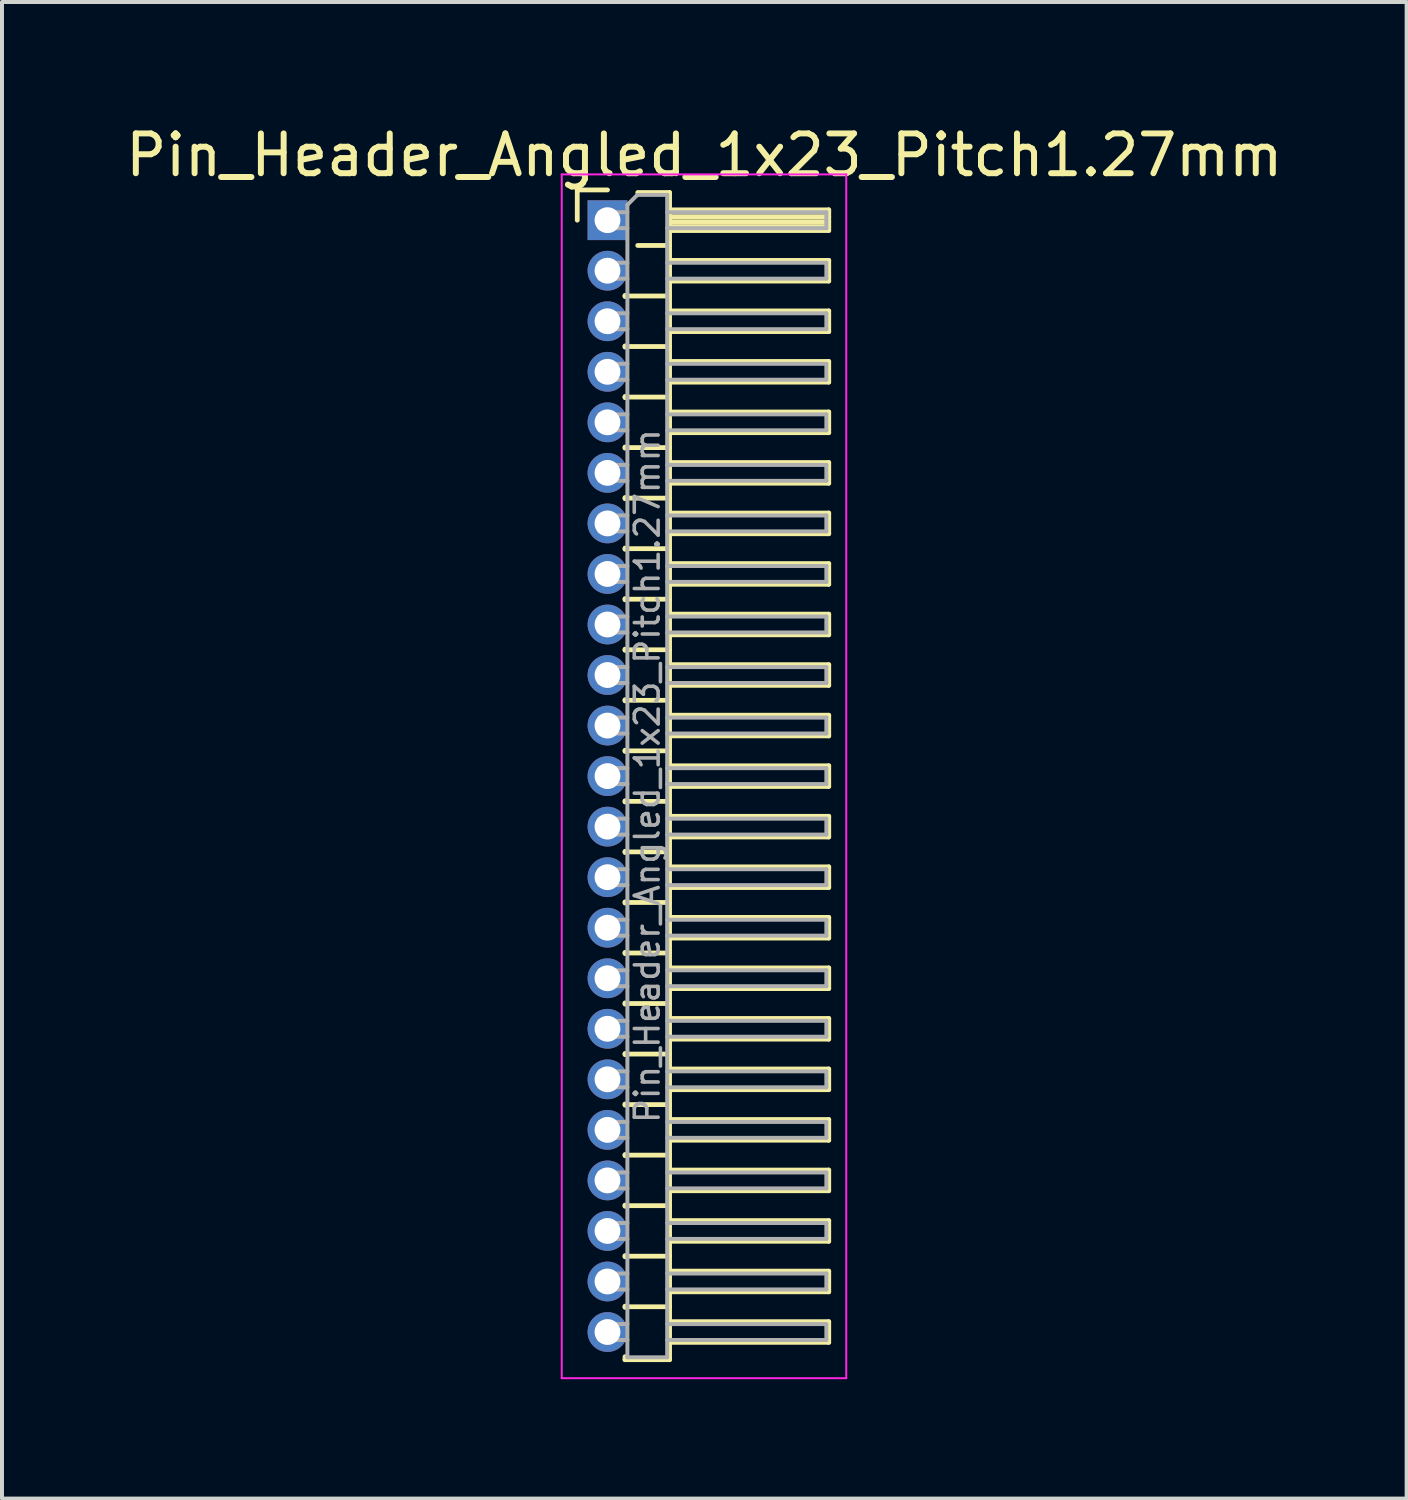
<source format=kicad_pcb>
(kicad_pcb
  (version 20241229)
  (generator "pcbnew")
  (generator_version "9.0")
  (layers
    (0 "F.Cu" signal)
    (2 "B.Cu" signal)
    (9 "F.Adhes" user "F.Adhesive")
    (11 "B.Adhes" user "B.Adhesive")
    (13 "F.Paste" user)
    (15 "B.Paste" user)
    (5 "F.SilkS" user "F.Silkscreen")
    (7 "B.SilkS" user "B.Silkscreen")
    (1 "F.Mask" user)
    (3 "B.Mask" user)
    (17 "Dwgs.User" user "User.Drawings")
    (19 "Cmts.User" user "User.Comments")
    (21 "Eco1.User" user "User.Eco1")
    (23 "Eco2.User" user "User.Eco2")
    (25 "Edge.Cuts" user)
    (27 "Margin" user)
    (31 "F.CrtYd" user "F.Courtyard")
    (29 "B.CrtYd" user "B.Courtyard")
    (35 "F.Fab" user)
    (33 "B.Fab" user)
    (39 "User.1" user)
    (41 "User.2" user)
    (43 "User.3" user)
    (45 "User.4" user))
  (footprint "Pin_Header_Angled_1x23_Pitch1.27mm"
    (layer "F.Cu")
    (at 12.216 2.483)
    (property "Reference" "Pin_Header_Angled_1x23_Pitch1.27mm" (at 2.433 -1.635 0) (layer "F.SilkS") (effects (font (size 1 1) (thickness 0.15))))
    (attr through_hole)
    (fp_line (start -0.76 -0.76) (end 0 -0.76) (stroke (width 0.12) (type solid)) (layer "F.SilkS"))
    (fp_line (start -0.76 0) (end -0.76 -0.76) (stroke (width 0.12) (type solid)) (layer "F.SilkS"))
    (fp_line (start 0.44 1.89) (end 0.44 1.92) (stroke (width 0.12) (type solid)) (layer "F.SilkS"))
    (fp_line (start 0.44 1.905) (end 1.56 1.905) (stroke (width 0.12) (type solid)) (layer "F.SilkS"))
    (fp_line (start 0.44 3.16) (end 0.44 3.19) (stroke (width 0.12) (type solid)) (layer "F.SilkS"))
    (fp_line (start 0.44 3.175) (end 1.56 3.175) (stroke (width 0.12) (type solid)) (layer "F.SilkS"))
    (fp_line (start 0.44 4.43) (end 0.44 4.46) (stroke (width 0.12) (type solid)) (layer "F.SilkS"))
    (fp_line (start 0.44 4.445) (end 1.56 4.445) (stroke (width 0.12) (type solid)) (layer "F.SilkS"))
    (fp_line (start 0.44 5.7) (end 0.44 5.73) (stroke (width 0.12) (type solid)) (layer "F.SilkS"))
    (fp_line (start 0.44 5.715) (end 1.56 5.715) (stroke (width 0.12) (type solid)) (layer "F.SilkS"))
    (fp_line (start 0.44 6.97) (end 0.44 7) (stroke (width 0.12) (type solid)) (layer "F.SilkS"))
    (fp_line (start 0.44 6.985) (end 1.56 6.985) (stroke (width 0.12) (type solid)) (layer "F.SilkS"))
    (fp_line (start 0.44 8.24) (end 0.44 8.27) (stroke (width 0.12) (type solid)) (layer "F.SilkS"))
    (fp_line (start 0.44 8.255) (end 1.56 8.255) (stroke (width 0.12) (type solid)) (layer "F.SilkS"))
    (fp_line (start 0.44 9.51) (end 0.44 9.54) (stroke (width 0.12) (type solid)) (layer "F.SilkS"))
    (fp_line (start 0.44 9.525) (end 1.56 9.525) (stroke (width 0.12) (type solid)) (layer "F.SilkS"))
    (fp_line (start 0.44 10.78) (end 0.44 10.81) (stroke (width 0.12) (type solid)) (layer "F.SilkS"))
    (fp_line (start 0.44 10.795) (end 1.56 10.795) (stroke (width 0.12) (type solid)) (layer "F.SilkS"))
    (fp_line (start 0.44 12.05) (end 0.44 12.08) (stroke (width 0.12) (type solid)) (layer "F.SilkS"))
    (fp_line (start 0.44 12.065) (end 1.56 12.065) (stroke (width 0.12) (type solid)) (layer "F.SilkS"))
    (fp_line (start 0.44 13.32) (end 0.44 13.35) (stroke (width 0.12) (type solid)) (layer "F.SilkS"))
    (fp_line (start 0.44 13.335) (end 1.56 13.335) (stroke (width 0.12) (type solid)) (layer "F.SilkS"))
    (fp_line (start 0.44 14.59) (end 0.44 14.62) (stroke (width 0.12) (type solid)) (layer "F.SilkS"))
    (fp_line (start 0.44 14.605) (end 1.56 14.605) (stroke (width 0.12) (type solid)) (layer "F.SilkS"))
    (fp_line (start 0.44 15.86) (end 0.44 15.89) (stroke (width 0.12) (type solid)) (layer "F.SilkS"))
    (fp_line (start 0.44 15.875) (end 1.56 15.875) (stroke (width 0.12) (type solid)) (layer "F.SilkS"))
    (fp_line (start 0.44 17.13) (end 0.44 17.16) (stroke (width 0.12) (type solid)) (layer "F.SilkS"))
    (fp_line (start 0.44 17.145) (end 1.56 17.145) (stroke (width 0.12) (type solid)) (layer "F.SilkS"))
    (fp_line (start 0.44 18.4) (end 0.44 18.43) (stroke (width 0.12) (type solid)) (layer "F.SilkS"))
    (fp_line (start 0.44 18.415) (end 1.56 18.415) (stroke (width 0.12) (type solid)) (layer "F.SilkS"))
    (fp_line (start 0.44 19.67) (end 0.44 19.7) (stroke (width 0.12) (type solid)) (layer "F.SilkS"))
    (fp_line (start 0.44 19.685) (end 1.56 19.685) (stroke (width 0.12) (type solid)) (layer "F.SilkS"))
    (fp_line (start 0.44 20.94) (end 0.44 20.97) (stroke (width 0.12) (type solid)) (layer "F.SilkS"))
    (fp_line (start 0.44 20.955) (end 1.56 20.955) (stroke (width 0.12) (type solid)) (layer "F.SilkS"))
    (fp_line (start 0.44 22.21) (end 0.44 22.24) (stroke (width 0.12) (type solid)) (layer "F.SilkS"))
    (fp_line (start 0.44 22.225) (end 1.56 22.225) (stroke (width 0.12) (type solid)) (layer "F.SilkS"))
    (fp_line (start 0.44 23.48) (end 0.44 23.51) (stroke (width 0.12) (type solid)) (layer "F.SilkS"))
    (fp_line (start 0.44 23.495) (end 1.56 23.495) (stroke (width 0.12) (type solid)) (layer "F.SilkS"))
    (fp_line (start 0.44 24.75) (end 0.44 24.78) (stroke (width 0.12) (type solid)) (layer "F.SilkS"))
    (fp_line (start 0.44 24.765) (end 1.56 24.765) (stroke (width 0.12) (type solid)) (layer "F.SilkS"))
    (fp_line (start 0.44 26.02) (end 0.44 26.05) (stroke (width 0.12) (type solid)) (layer "F.SilkS"))
    (fp_line (start 0.44 26.035) (end 1.56 26.035) (stroke (width 0.12) (type solid)) (layer "F.SilkS"))
    (fp_line (start 0.44 27.29) (end 0.44 27.32) (stroke (width 0.12) (type solid)) (layer "F.SilkS"))
    (fp_line (start 0.44 27.305) (end 1.56 27.305) (stroke (width 0.12) (type solid)) (layer "F.SilkS"))
    (fp_line (start 0.44 28.635) (end 0.44 28.56) (stroke (width 0.12) (type solid)) (layer "F.SilkS"))
    (fp_line (start 0.76 -0.695) (end 1.56 -0.695) (stroke (width 0.12) (type solid)) (layer "F.SilkS"))
    (fp_line (start 0.76 0.635) (end 1.56 0.635) (stroke (width 0.12) (type solid)) (layer "F.SilkS"))
    (fp_line (start 1.56 -0.695) (end 1.56 28.635) (stroke (width 0.12) (type solid)) (layer "F.SilkS"))
    (fp_line (start 1.56 -0.26) (end 5.56 -0.26) (stroke (width 0.12) (type solid)) (layer "F.SilkS"))
    (fp_line (start 1.56 -0.2) (end 5.56 -0.2) (stroke (width 0.12) (type solid)) (layer "F.SilkS"))
    (fp_line (start 1.56 -0.08) (end 5.56 -0.08) (stroke (width 0.12) (type solid)) (layer "F.SilkS"))
    (fp_line (start 1.56 0.04) (end 5.56 0.04) (stroke (width 0.12) (type solid)) (layer "F.SilkS"))
    (fp_line (start 1.56 0.16) (end 5.56 0.16) (stroke (width 0.12) (type solid)) (layer "F.SilkS"))
    (fp_line (start 1.56 1.01) (end 5.56 1.01) (stroke (width 0.12) (type solid)) (layer "F.SilkS"))
    (fp_line (start 1.56 2.28) (end 5.56 2.28) (stroke (width 0.12) (type solid)) (layer "F.SilkS"))
    (fp_line (start 1.56 3.55) (end 5.56 3.55) (stroke (width 0.12) (type solid)) (layer "F.SilkS"))
    (fp_line (start 1.56 4.82) (end 5.56 4.82) (stroke (width 0.12) (type solid)) (layer "F.SilkS"))
    (fp_line (start 1.56 6.09) (end 5.56 6.09) (stroke (width 0.12) (type solid)) (layer "F.SilkS"))
    (fp_line (start 1.56 7.36) (end 5.56 7.36) (stroke (width 0.12) (type solid)) (layer "F.SilkS"))
    (fp_line (start 1.56 8.63) (end 5.56 8.63) (stroke (width 0.12) (type solid)) (layer "F.SilkS"))
    (fp_line (start 1.56 9.9) (end 5.56 9.9) (stroke (width 0.12) (type solid)) (layer "F.SilkS"))
    (fp_line (start 1.56 11.17) (end 5.56 11.17) (stroke (width 0.12) (type solid)) (layer "F.SilkS"))
    (fp_line (start 1.56 12.44) (end 5.56 12.44) (stroke (width 0.12) (type solid)) (layer "F.SilkS"))
    (fp_line (start 1.56 13.71) (end 5.56 13.71) (stroke (width 0.12) (type solid)) (layer "F.SilkS"))
    (fp_line (start 1.56 14.98) (end 5.56 14.98) (stroke (width 0.12) (type solid)) (layer "F.SilkS"))
    (fp_line (start 1.56 16.25) (end 5.56 16.25) (stroke (width 0.12) (type solid)) (layer "F.SilkS"))
    (fp_line (start 1.56 17.52) (end 5.56 17.52) (stroke (width 0.12) (type solid)) (layer "F.SilkS"))
    (fp_line (start 1.56 18.79) (end 5.56 18.79) (stroke (width 0.12) (type solid)) (layer "F.SilkS"))
    (fp_line (start 1.56 20.06) (end 5.56 20.06) (stroke (width 0.12) (type solid)) (layer "F.SilkS"))
    (fp_line (start 1.56 21.33) (end 5.56 21.33) (stroke (width 0.12) (type solid)) (layer "F.SilkS"))
    (fp_line (start 1.56 22.6) (end 5.56 22.6) (stroke (width 0.12) (type solid)) (layer "F.SilkS"))
    (fp_line (start 1.56 23.87) (end 5.56 23.87) (stroke (width 0.12) (type solid)) (layer "F.SilkS"))
    (fp_line (start 1.56 25.14) (end 5.56 25.14) (stroke (width 0.12) (type solid)) (layer "F.SilkS"))
    (fp_line (start 1.56 26.41) (end 5.56 26.41) (stroke (width 0.12) (type solid)) (layer "F.SilkS"))
    (fp_line (start 1.56 27.68) (end 5.56 27.68) (stroke (width 0.12) (type solid)) (layer "F.SilkS"))
    (fp_line (start 1.56 28.635) (end 0.44 28.635) (stroke (width 0.12) (type solid)) (layer "F.SilkS"))
    (fp_line (start 5.56 -0.26) (end 5.56 0.26) (stroke (width 0.12) (type solid)) (layer "F.SilkS"))
    (fp_line (start 5.56 0.26) (end 1.56 0.26) (stroke (width 0.12) (type solid)) (layer "F.SilkS"))
    (fp_line (start 5.56 1.01) (end 5.56 1.53) (stroke (width 0.12) (type solid)) (layer "F.SilkS"))
    (fp_line (start 5.56 1.53) (end 1.56 1.53) (stroke (width 0.12) (type solid)) (layer "F.SilkS"))
    (fp_line (start 5.56 2.28) (end 5.56 2.8) (stroke (width 0.12) (type solid)) (layer "F.SilkS"))
    (fp_line (start 5.56 2.8) (end 1.56 2.8) (stroke (width 0.12) (type solid)) (layer "F.SilkS"))
    (fp_line (start 5.56 3.55) (end 5.56 4.07) (stroke (width 0.12) (type solid)) (layer "F.SilkS"))
    (fp_line (start 5.56 4.07) (end 1.56 4.07) (stroke (width 0.12) (type solid)) (layer "F.SilkS"))
    (fp_line (start 5.56 4.82) (end 5.56 5.34) (stroke (width 0.12) (type solid)) (layer "F.SilkS"))
    (fp_line (start 5.56 5.34) (end 1.56 5.34) (stroke (width 0.12) (type solid)) (layer "F.SilkS"))
    (fp_line (start 5.56 6.09) (end 5.56 6.61) (stroke (width 0.12) (type solid)) (layer "F.SilkS"))
    (fp_line (start 5.56 6.61) (end 1.56 6.61) (stroke (width 0.12) (type solid)) (layer "F.SilkS"))
    (fp_line (start 5.56 7.36) (end 5.56 7.88) (stroke (width 0.12) (type solid)) (layer "F.SilkS"))
    (fp_line (start 5.56 7.88) (end 1.56 7.88) (stroke (width 0.12) (type solid)) (layer "F.SilkS"))
    (fp_line (start 5.56 8.63) (end 5.56 9.15) (stroke (width 0.12) (type solid)) (layer "F.SilkS"))
    (fp_line (start 5.56 9.15) (end 1.56 9.15) (stroke (width 0.12) (type solid)) (layer "F.SilkS"))
    (fp_line (start 5.56 9.9) (end 5.56 10.42) (stroke (width 0.12) (type solid)) (layer "F.SilkS"))
    (fp_line (start 5.56 10.42) (end 1.56 10.42) (stroke (width 0.12) (type solid)) (layer "F.SilkS"))
    (fp_line (start 5.56 11.17) (end 5.56 11.69) (stroke (width 0.12) (type solid)) (layer "F.SilkS"))
    (fp_line (start 5.56 11.69) (end 1.56 11.69) (stroke (width 0.12) (type solid)) (layer "F.SilkS"))
    (fp_line (start 5.56 12.44) (end 5.56 12.96) (stroke (width 0.12) (type solid)) (layer "F.SilkS"))
    (fp_line (start 5.56 12.96) (end 1.56 12.96) (stroke (width 0.12) (type solid)) (layer "F.SilkS"))
    (fp_line (start 5.56 13.71) (end 5.56 14.23) (stroke (width 0.12) (type solid)) (layer "F.SilkS"))
    (fp_line (start 5.56 14.23) (end 1.56 14.23) (stroke (width 0.12) (type solid)) (layer "F.SilkS"))
    (fp_line (start 5.56 14.98) (end 5.56 15.5) (stroke (width 0.12) (type solid)) (layer "F.SilkS"))
    (fp_line (start 5.56 15.5) (end 1.56 15.5) (stroke (width 0.12) (type solid)) (layer "F.SilkS"))
    (fp_line (start 5.56 16.25) (end 5.56 16.77) (stroke (width 0.12) (type solid)) (layer "F.SilkS"))
    (fp_line (start 5.56 16.77) (end 1.56 16.77) (stroke (width 0.12) (type solid)) (layer "F.SilkS"))
    (fp_line (start 5.56 17.52) (end 5.56 18.04) (stroke (width 0.12) (type solid)) (layer "F.SilkS"))
    (fp_line (start 5.56 18.04) (end 1.56 18.04) (stroke (width 0.12) (type solid)) (layer "F.SilkS"))
    (fp_line (start 5.56 18.79) (end 5.56 19.31) (stroke (width 0.12) (type solid)) (layer "F.SilkS"))
    (fp_line (start 5.56 19.31) (end 1.56 19.31) (stroke (width 0.12) (type solid)) (layer "F.SilkS"))
    (fp_line (start 5.56 20.06) (end 5.56 20.58) (stroke (width 0.12) (type solid)) (layer "F.SilkS"))
    (fp_line (start 5.56 20.58) (end 1.56 20.58) (stroke (width 0.12) (type solid)) (layer "F.SilkS"))
    (fp_line (start 5.56 21.33) (end 5.56 21.85) (stroke (width 0.12) (type solid)) (layer "F.SilkS"))
    (fp_line (start 5.56 21.85) (end 1.56 21.85) (stroke (width 0.12) (type solid)) (layer "F.SilkS"))
    (fp_line (start 5.56 22.6) (end 5.56 23.12) (stroke (width 0.12) (type solid)) (layer "F.SilkS"))
    (fp_line (start 5.56 23.12) (end 1.56 23.12) (stroke (width 0.12) (type solid)) (layer "F.SilkS"))
    (fp_line (start 5.56 23.87) (end 5.56 24.39) (stroke (width 0.12) (type solid)) (layer "F.SilkS"))
    (fp_line (start 5.56 24.39) (end 1.56 24.39) (stroke (width 0.12) (type solid)) (layer "F.SilkS"))
    (fp_line (start 5.56 25.14) (end 5.56 25.66) (stroke (width 0.12) (type solid)) (layer "F.SilkS"))
    (fp_line (start 5.56 25.66) (end 1.56 25.66) (stroke (width 0.12) (type solid)) (layer "F.SilkS"))
    (fp_line (start 5.56 26.41) (end 5.56 26.93) (stroke (width 0.12) (type solid)) (layer "F.SilkS"))
    (fp_line (start 5.56 26.93) (end 1.56 26.93) (stroke (width 0.12) (type solid)) (layer "F.SilkS"))
    (fp_line (start 5.56 27.68) (end 5.56 28.2) (stroke (width 0.12) (type solid)) (layer "F.SilkS"))
    (fp_line (start 5.56 28.2) (end 1.56 28.2) (stroke (width 0.12) (type solid)) (layer "F.SilkS"))
    (fp_line (start -1.15 -1.15) (end -1.15 29.1) (stroke (width 0.05) (type solid)) (layer "F.CrtYd"))
    (fp_line (start -1.15 29.1) (end 6 29.1) (stroke (width 0.05) (type solid)) (layer "F.CrtYd"))
    (fp_line (start 6 -1.15) (end -1.15 -1.15) (stroke (width 0.05) (type solid)) (layer "F.CrtYd"))
    (fp_line (start 6 29.1) (end 6 -1.15) (stroke (width 0.05) (type solid)) (layer "F.CrtYd"))
    (fp_line (start -0.2 -0.2) (end -0.2 0.2) (stroke (width 0.1) (type solid)) (layer "F.Fab"))
    (fp_line (start -0.2 -0.2) (end 0.5 -0.2) (stroke (width 0.1) (type solid)) (layer "F.Fab"))
    (fp_line (start -0.2 0.2) (end 0.5 0.2) (stroke (width 0.1) (type solid)) (layer "F.Fab"))
    (fp_line (start -0.2 1.07) (end -0.2 1.47) (stroke (width 0.1) (type solid)) (layer "F.Fab"))
    (fp_line (start -0.2 1.07) (end 0.5 1.07) (stroke (width 0.1) (type solid)) (layer "F.Fab"))
    (fp_line (start -0.2 1.47) (end 0.5 1.47) (stroke (width 0.1) (type solid)) (layer "F.Fab"))
    (fp_line (start -0.2 2.34) (end -0.2 2.74) (stroke (width 0.1) (type solid)) (layer "F.Fab"))
    (fp_line (start -0.2 2.34) (end 0.5 2.34) (stroke (width 0.1) (type solid)) (layer "F.Fab"))
    (fp_line (start -0.2 2.74) (end 0.5 2.74) (stroke (width 0.1) (type solid)) (layer "F.Fab"))
    (fp_line (start -0.2 3.61) (end -0.2 4.01) (stroke (width 0.1) (type solid)) (layer "F.Fab"))
    (fp_line (start -0.2 3.61) (end 0.5 3.61) (stroke (width 0.1) (type solid)) (layer "F.Fab"))
    (fp_line (start -0.2 4.01) (end 0.5 4.01) (stroke (width 0.1) (type solid)) (layer "F.Fab"))
    (fp_line (start -0.2 4.88) (end -0.2 5.28) (stroke (width 0.1) (type solid)) (layer "F.Fab"))
    (fp_line (start -0.2 4.88) (end 0.5 4.88) (stroke (width 0.1) (type solid)) (layer "F.Fab"))
    (fp_line (start -0.2 5.28) (end 0.5 5.28) (stroke (width 0.1) (type solid)) (layer "F.Fab"))
    (fp_line (start -0.2 6.15) (end -0.2 6.55) (stroke (width 0.1) (type solid)) (layer "F.Fab"))
    (fp_line (start -0.2 6.15) (end 0.5 6.15) (stroke (width 0.1) (type solid)) (layer "F.Fab"))
    (fp_line (start -0.2 6.55) (end 0.5 6.55) (stroke (width 0.1) (type solid)) (layer "F.Fab"))
    (fp_line (start -0.2 7.42) (end -0.2 7.82) (stroke (width 0.1) (type solid)) (layer "F.Fab"))
    (fp_line (start -0.2 7.42) (end 0.5 7.42) (stroke (width 0.1) (type solid)) (layer "F.Fab"))
    (fp_line (start -0.2 7.82) (end 0.5 7.82) (stroke (width 0.1) (type solid)) (layer "F.Fab"))
    (fp_line (start -0.2 8.69) (end -0.2 9.09) (stroke (width 0.1) (type solid)) (layer "F.Fab"))
    (fp_line (start -0.2 8.69) (end 0.5 8.69) (stroke (width 0.1) (type solid)) (layer "F.Fab"))
    (fp_line (start -0.2 9.09) (end 0.5 9.09) (stroke (width 0.1) (type solid)) (layer "F.Fab"))
    (fp_line (start -0.2 9.96) (end -0.2 10.36) (stroke (width 0.1) (type solid)) (layer "F.Fab"))
    (fp_line (start -0.2 9.96) (end 0.5 9.96) (stroke (width 0.1) (type solid)) (layer "F.Fab"))
    (fp_line (start -0.2 10.36) (end 0.5 10.36) (stroke (width 0.1) (type solid)) (layer "F.Fab"))
    (fp_line (start -0.2 11.23) (end -0.2 11.63) (stroke (width 0.1) (type solid)) (layer "F.Fab"))
    (fp_line (start -0.2 11.23) (end 0.5 11.23) (stroke (width 0.1) (type solid)) (layer "F.Fab"))
    (fp_line (start -0.2 11.63) (end 0.5 11.63) (stroke (width 0.1) (type solid)) (layer "F.Fab"))
    (fp_line (start -0.2 12.5) (end -0.2 12.9) (stroke (width 0.1) (type solid)) (layer "F.Fab"))
    (fp_line (start -0.2 12.5) (end 0.5 12.5) (stroke (width 0.1) (type solid)) (layer "F.Fab"))
    (fp_line (start -0.2 12.9) (end 0.5 12.9) (stroke (width 0.1) (type solid)) (layer "F.Fab"))
    (fp_line (start -0.2 13.77) (end -0.2 14.17) (stroke (width 0.1) (type solid)) (layer "F.Fab"))
    (fp_line (start -0.2 13.77) (end 0.5 13.77) (stroke (width 0.1) (type solid)) (layer "F.Fab"))
    (fp_line (start -0.2 14.17) (end 0.5 14.17) (stroke (width 0.1) (type solid)) (layer "F.Fab"))
    (fp_line (start -0.2 15.04) (end -0.2 15.44) (stroke (width 0.1) (type solid)) (layer "F.Fab"))
    (fp_line (start -0.2 15.04) (end 0.5 15.04) (stroke (width 0.1) (type solid)) (layer "F.Fab"))
    (fp_line (start -0.2 15.44) (end 0.5 15.44) (stroke (width 0.1) (type solid)) (layer "F.Fab"))
    (fp_line (start -0.2 16.31) (end -0.2 16.71) (stroke (width 0.1) (type solid)) (layer "F.Fab"))
    (fp_line (start -0.2 16.31) (end 0.5 16.31) (stroke (width 0.1) (type solid)) (layer "F.Fab"))
    (fp_line (start -0.2 16.71) (end 0.5 16.71) (stroke (width 0.1) (type solid)) (layer "F.Fab"))
    (fp_line (start -0.2 17.58) (end -0.2 17.98) (stroke (width 0.1) (type solid)) (layer "F.Fab"))
    (fp_line (start -0.2 17.58) (end 0.5 17.58) (stroke (width 0.1) (type solid)) (layer "F.Fab"))
    (fp_line (start -0.2 17.98) (end 0.5 17.98) (stroke (width 0.1) (type solid)) (layer "F.Fab"))
    (fp_line (start -0.2 18.85) (end -0.2 19.25) (stroke (width 0.1) (type solid)) (layer "F.Fab"))
    (fp_line (start -0.2 18.85) (end 0.5 18.85) (stroke (width 0.1) (type solid)) (layer "F.Fab"))
    (fp_line (start -0.2 19.25) (end 0.5 19.25) (stroke (width 0.1) (type solid)) (layer "F.Fab"))
    (fp_line (start -0.2 20.12) (end -0.2 20.52) (stroke (width 0.1) (type solid)) (layer "F.Fab"))
    (fp_line (start -0.2 20.12) (end 0.5 20.12) (stroke (width 0.1) (type solid)) (layer "F.Fab"))
    (fp_line (start -0.2 20.52) (end 0.5 20.52) (stroke (width 0.1) (type solid)) (layer "F.Fab"))
    (fp_line (start -0.2 21.39) (end -0.2 21.79) (stroke (width 0.1) (type solid)) (layer "F.Fab"))
    (fp_line (start -0.2 21.39) (end 0.5 21.39) (stroke (width 0.1) (type solid)) (layer "F.Fab"))
    (fp_line (start -0.2 21.79) (end 0.5 21.79) (stroke (width 0.1) (type solid)) (layer "F.Fab"))
    (fp_line (start -0.2 22.66) (end -0.2 23.06) (stroke (width 0.1) (type solid)) (layer "F.Fab"))
    (fp_line (start -0.2 22.66) (end 0.5 22.66) (stroke (width 0.1) (type solid)) (layer "F.Fab"))
    (fp_line (start -0.2 23.06) (end 0.5 23.06) (stroke (width 0.1) (type solid)) (layer "F.Fab"))
    (fp_line (start -0.2 23.93) (end -0.2 24.33) (stroke (width 0.1) (type solid)) (layer "F.Fab"))
    (fp_line (start -0.2 23.93) (end 0.5 23.93) (stroke (width 0.1) (type solid)) (layer "F.Fab"))
    (fp_line (start -0.2 24.33) (end 0.5 24.33) (stroke (width 0.1) (type solid)) (layer "F.Fab"))
    (fp_line (start -0.2 25.2) (end -0.2 25.6) (stroke (width 0.1) (type solid)) (layer "F.Fab"))
    (fp_line (start -0.2 25.2) (end 0.5 25.2) (stroke (width 0.1) (type solid)) (layer "F.Fab"))
    (fp_line (start -0.2 25.6) (end 0.5 25.6) (stroke (width 0.1) (type solid)) (layer "F.Fab"))
    (fp_line (start -0.2 26.47) (end -0.2 26.87) (stroke (width 0.1) (type solid)) (layer "F.Fab"))
    (fp_line (start -0.2 26.47) (end 0.5 26.47) (stroke (width 0.1) (type solid)) (layer "F.Fab"))
    (fp_line (start -0.2 26.87) (end 0.5 26.87) (stroke (width 0.1) (type solid)) (layer "F.Fab"))
    (fp_line (start -0.2 27.74) (end -0.2 28.14) (stroke (width 0.1) (type solid)) (layer "F.Fab"))
    (fp_line (start -0.2 27.74) (end 0.5 27.74) (stroke (width 0.1) (type solid)) (layer "F.Fab"))
    (fp_line (start -0.2 28.14) (end 0.5 28.14) (stroke (width 0.1) (type solid)) (layer "F.Fab"))
    (fp_line (start 0.5 -0.385) (end 0.75 -0.635) (stroke (width 0.1) (type solid)) (layer "F.Fab"))
    (fp_line (start 0.5 28.575) (end 0.5 -0.385) (stroke (width 0.1) (type solid)) (layer "F.Fab"))
    (fp_line (start 0.75 -0.635) (end 1.5 -0.635) (stroke (width 0.1) (type solid)) (layer "F.Fab"))
    (fp_line (start 1.5 -0.635) (end 1.5 28.575) (stroke (width 0.1) (type solid)) (layer "F.Fab"))
    (fp_line (start 1.5 -0.2) (end 5.5 -0.2) (stroke (width 0.1) (type solid)) (layer "F.Fab"))
    (fp_line (start 1.5 0.2) (end 5.5 0.2) (stroke (width 0.1) (type solid)) (layer "F.Fab"))
    (fp_line (start 1.5 1.07) (end 5.5 1.07) (stroke (width 0.1) (type solid)) (layer "F.Fab"))
    (fp_line (start 1.5 1.47) (end 5.5 1.47) (stroke (width 0.1) (type solid)) (layer "F.Fab"))
    (fp_line (start 1.5 2.34) (end 5.5 2.34) (stroke (width 0.1) (type solid)) (layer "F.Fab"))
    (fp_line (start 1.5 2.74) (end 5.5 2.74) (stroke (width 0.1) (type solid)) (layer "F.Fab"))
    (fp_line (start 1.5 3.61) (end 5.5 3.61) (stroke (width 0.1) (type solid)) (layer "F.Fab"))
    (fp_line (start 1.5 4.01) (end 5.5 4.01) (stroke (width 0.1) (type solid)) (layer "F.Fab"))
    (fp_line (start 1.5 4.88) (end 5.5 4.88) (stroke (width 0.1) (type solid)) (layer "F.Fab"))
    (fp_line (start 1.5 5.28) (end 5.5 5.28) (stroke (width 0.1) (type solid)) (layer "F.Fab"))
    (fp_line (start 1.5 6.15) (end 5.5 6.15) (stroke (width 0.1) (type solid)) (layer "F.Fab"))
    (fp_line (start 1.5 6.55) (end 5.5 6.55) (stroke (width 0.1) (type solid)) (layer "F.Fab"))
    (fp_line (start 1.5 7.42) (end 5.5 7.42) (stroke (width 0.1) (type solid)) (layer "F.Fab"))
    (fp_line (start 1.5 7.82) (end 5.5 7.82) (stroke (width 0.1) (type solid)) (layer "F.Fab"))
    (fp_line (start 1.5 8.69) (end 5.5 8.69) (stroke (width 0.1) (type solid)) (layer "F.Fab"))
    (fp_line (start 1.5 9.09) (end 5.5 9.09) (stroke (width 0.1) (type solid)) (layer "F.Fab"))
    (fp_line (start 1.5 9.96) (end 5.5 9.96) (stroke (width 0.1) (type solid)) (layer "F.Fab"))
    (fp_line (start 1.5 10.36) (end 5.5 10.36) (stroke (width 0.1) (type solid)) (layer "F.Fab"))
    (fp_line (start 1.5 11.23) (end 5.5 11.23) (stroke (width 0.1) (type solid)) (layer "F.Fab"))
    (fp_line (start 1.5 11.63) (end 5.5 11.63) (stroke (width 0.1) (type solid)) (layer "F.Fab"))
    (fp_line (start 1.5 12.5) (end 5.5 12.5) (stroke (width 0.1) (type solid)) (layer "F.Fab"))
    (fp_line (start 1.5 12.9) (end 5.5 12.9) (stroke (width 0.1) (type solid)) (layer "F.Fab"))
    (fp_line (start 1.5 13.77) (end 5.5 13.77) (stroke (width 0.1) (type solid)) (layer "F.Fab"))
    (fp_line (start 1.5 14.17) (end 5.5 14.17) (stroke (width 0.1) (type solid)) (layer "F.Fab"))
    (fp_line (start 1.5 15.04) (end 5.5 15.04) (stroke (width 0.1) (type solid)) (layer "F.Fab"))
    (fp_line (start 1.5 15.44) (end 5.5 15.44) (stroke (width 0.1) (type solid)) (layer "F.Fab"))
    (fp_line (start 1.5 16.31) (end 5.5 16.31) (stroke (width 0.1) (type solid)) (layer "F.Fab"))
    (fp_line (start 1.5 16.71) (end 5.5 16.71) (stroke (width 0.1) (type solid)) (layer "F.Fab"))
    (fp_line (start 1.5 17.58) (end 5.5 17.58) (stroke (width 0.1) (type solid)) (layer "F.Fab"))
    (fp_line (start 1.5 17.98) (end 5.5 17.98) (stroke (width 0.1) (type solid)) (layer "F.Fab"))
    (fp_line (start 1.5 18.85) (end 5.5 18.85) (stroke (width 0.1) (type solid)) (layer "F.Fab"))
    (fp_line (start 1.5 19.25) (end 5.5 19.25) (stroke (width 0.1) (type solid)) (layer "F.Fab"))
    (fp_line (start 1.5 20.12) (end 5.5 20.12) (stroke (width 0.1) (type solid)) (layer "F.Fab"))
    (fp_line (start 1.5 20.52) (end 5.5 20.52) (stroke (width 0.1) (type solid)) (layer "F.Fab"))
    (fp_line (start 1.5 21.39) (end 5.5 21.39) (stroke (width 0.1) (type solid)) (layer "F.Fab"))
    (fp_line (start 1.5 21.79) (end 5.5 21.79) (stroke (width 0.1) (type solid)) (layer "F.Fab"))
    (fp_line (start 1.5 22.66) (end 5.5 22.66) (stroke (width 0.1) (type solid)) (layer "F.Fab"))
    (fp_line (start 1.5 23.06) (end 5.5 23.06) (stroke (width 0.1) (type solid)) (layer "F.Fab"))
    (fp_line (start 1.5 23.93) (end 5.5 23.93) (stroke (width 0.1) (type solid)) (layer "F.Fab"))
    (fp_line (start 1.5 24.33) (end 5.5 24.33) (stroke (width 0.1) (type solid)) (layer "F.Fab"))
    (fp_line (start 1.5 25.2) (end 5.5 25.2) (stroke (width 0.1) (type solid)) (layer "F.Fab"))
    (fp_line (start 1.5 25.6) (end 5.5 25.6) (stroke (width 0.1) (type solid)) (layer "F.Fab"))
    (fp_line (start 1.5 26.47) (end 5.5 26.47) (stroke (width 0.1) (type solid)) (layer "F.Fab"))
    (fp_line (start 1.5 26.87) (end 5.5 26.87) (stroke (width 0.1) (type solid)) (layer "F.Fab"))
    (fp_line (start 1.5 27.74) (end 5.5 27.74) (stroke (width 0.1) (type solid)) (layer "F.Fab"))
    (fp_line (start 1.5 28.14) (end 5.5 28.14) (stroke (width 0.1) (type solid)) (layer "F.Fab"))
    (fp_line (start 1.5 28.575) (end 0.5 28.575) (stroke (width 0.1) (type solid)) (layer "F.Fab"))
    (fp_line (start 5.5 -0.2) (end 5.5 0.2) (stroke (width 0.1) (type solid)) (layer "F.Fab"))
    (fp_line (start 5.5 1.07) (end 5.5 1.47) (stroke (width 0.1) (type solid)) (layer "F.Fab"))
    (fp_line (start 5.5 2.34) (end 5.5 2.74) (stroke (width 0.1) (type solid)) (layer "F.Fab"))
    (fp_line (start 5.5 3.61) (end 5.5 4.01) (stroke (width 0.1) (type solid)) (layer "F.Fab"))
    (fp_line (start 5.5 4.88) (end 5.5 5.28) (stroke (width 0.1) (type solid)) (layer "F.Fab"))
    (fp_line (start 5.5 6.15) (end 5.5 6.55) (stroke (width 0.1) (type solid)) (layer "F.Fab"))
    (fp_line (start 5.5 7.42) (end 5.5 7.82) (stroke (width 0.1) (type solid)) (layer "F.Fab"))
    (fp_line (start 5.5 8.69) (end 5.5 9.09) (stroke (width 0.1) (type solid)) (layer "F.Fab"))
    (fp_line (start 5.5 9.96) (end 5.5 10.36) (stroke (width 0.1) (type solid)) (layer "F.Fab"))
    (fp_line (start 5.5 11.23) (end 5.5 11.63) (stroke (width 0.1) (type solid)) (layer "F.Fab"))
    (fp_line (start 5.5 12.5) (end 5.5 12.9) (stroke (width 0.1) (type solid)) (layer "F.Fab"))
    (fp_line (start 5.5 13.77) (end 5.5 14.17) (stroke (width 0.1) (type solid)) (layer "F.Fab"))
    (fp_line (start 5.5 15.04) (end 5.5 15.44) (stroke (width 0.1) (type solid)) (layer "F.Fab"))
    (fp_line (start 5.5 16.31) (end 5.5 16.71) (stroke (width 0.1) (type solid)) (layer "F.Fab"))
    (fp_line (start 5.5 17.58) (end 5.5 17.98) (stroke (width 0.1) (type solid)) (layer "F.Fab"))
    (fp_line (start 5.5 18.85) (end 5.5 19.25) (stroke (width 0.1) (type solid)) (layer "F.Fab"))
    (fp_line (start 5.5 20.12) (end 5.5 20.52) (stroke (width 0.1) (type solid)) (layer "F.Fab"))
    (fp_line (start 5.5 21.39) (end 5.5 21.79) (stroke (width 0.1) (type solid)) (layer "F.Fab"))
    (fp_line (start 5.5 22.66) (end 5.5 23.06) (stroke (width 0.1) (type solid)) (layer "F.Fab"))
    (fp_line (start 5.5 23.93) (end 5.5 24.33) (stroke (width 0.1) (type solid)) (layer "F.Fab"))
    (fp_line (start 5.5 25.2) (end 5.5 25.6) (stroke (width 0.1) (type solid)) (layer "F.Fab"))
    (fp_line (start 5.5 26.47) (end 5.5 26.87) (stroke (width 0.1) (type solid)) (layer "F.Fab"))
    (fp_line (start 5.5 27.74) (end 5.5 28.14) (stroke (width 0.1) (type solid)) (layer "F.Fab"))
    (fp_text user "${REFERENCE}" (at 1 13.97 90) (layer "F.Fab") (effects (font (size 0.6 0.6) (thickness 0.09))))
    (pad "1" thru_hole rect (at 0 0) (size 1 1) (drill 0.65) (layers "*.Cu" "*.Mask"))
    (pad "2" thru_hole oval (at 0 1.27) (size 1 1) (drill 0.65) (layers "*.Cu" "*.Mask"))
    (pad "3" thru_hole oval (at 0 2.54) (size 1 1) (drill 0.65) (layers "*.Cu" "*.Mask"))
    (pad "4" thru_hole oval (at 0 3.81) (size 1 1) (drill 0.65) (layers "*.Cu" "*.Mask"))
    (pad "5" thru_hole oval (at 0 5.08) (size 1 1) (drill 0.65) (layers "*.Cu" "*.Mask"))
    (pad "6" thru_hole oval (at 0 6.35) (size 1 1) (drill 0.65) (layers "*.Cu" "*.Mask"))
    (pad "7" thru_hole oval (at 0 7.62) (size 1 1) (drill 0.65) (layers "*.Cu" "*.Mask"))
    (pad "8" thru_hole oval (at 0 8.89) (size 1 1) (drill 0.65) (layers "*.Cu" "*.Mask"))
    (pad "9" thru_hole oval (at 0 10.16) (size 1 1) (drill 0.65) (layers "*.Cu" "*.Mask"))
    (pad "10" thru_hole oval (at 0 11.43) (size 1 1) (drill 0.65) (layers "*.Cu" "*.Mask"))
    (pad "11" thru_hole oval (at 0 12.7) (size 1 1) (drill 0.65) (layers "*.Cu" "*.Mask"))
    (pad "12" thru_hole oval (at 0 13.97) (size 1 1) (drill 0.65) (layers "*.Cu" "*.Mask"))
    (pad "13" thru_hole oval (at 0 15.24) (size 1 1) (drill 0.65) (layers "*.Cu" "*.Mask"))
    (pad "14" thru_hole oval (at 0 16.51) (size 1 1) (drill 0.65) (layers "*.Cu" "*.Mask"))
    (pad "15" thru_hole oval (at 0 17.78) (size 1 1) (drill 0.65) (layers "*.Cu" "*.Mask"))
    (pad "16" thru_hole oval (at 0 19.05) (size 1 1) (drill 0.65) (layers "*.Cu" "*.Mask"))
    (pad "17" thru_hole oval (at 0 20.32) (size 1 1) (drill 0.65) (layers "*.Cu" "*.Mask"))
    (pad "18" thru_hole oval (at 0 21.59) (size 1 1) (drill 0.65) (layers "*.Cu" "*.Mask"))
    (pad "19" thru_hole oval (at 0 22.86) (size 1 1) (drill 0.65) (layers "*.Cu" "*.Mask"))
    (pad "20" thru_hole oval (at 0 24.13) (size 1 1) (drill 0.65) (layers "*.Cu" "*.Mask"))
    (pad "21" thru_hole oval (at 0 25.4) (size 1 1) (drill 0.65) (layers "*.Cu" "*.Mask"))
    (pad "22" thru_hole oval (at 0 26.67) (size 1 1) (drill 0.65) (layers "*.Cu" "*.Mask"))
    (pad "23" thru_hole oval (at 0 27.94) (size 1 1) (drill 0.65) (layers "*.Cu" "*.Mask")))
  (gr_rect
    (start -3 -3)
    (end 32.298 34.608)
    (stroke (width 0.1) (type default))
    (fill no)
    (layer "Edge.Cuts")))
</source>
